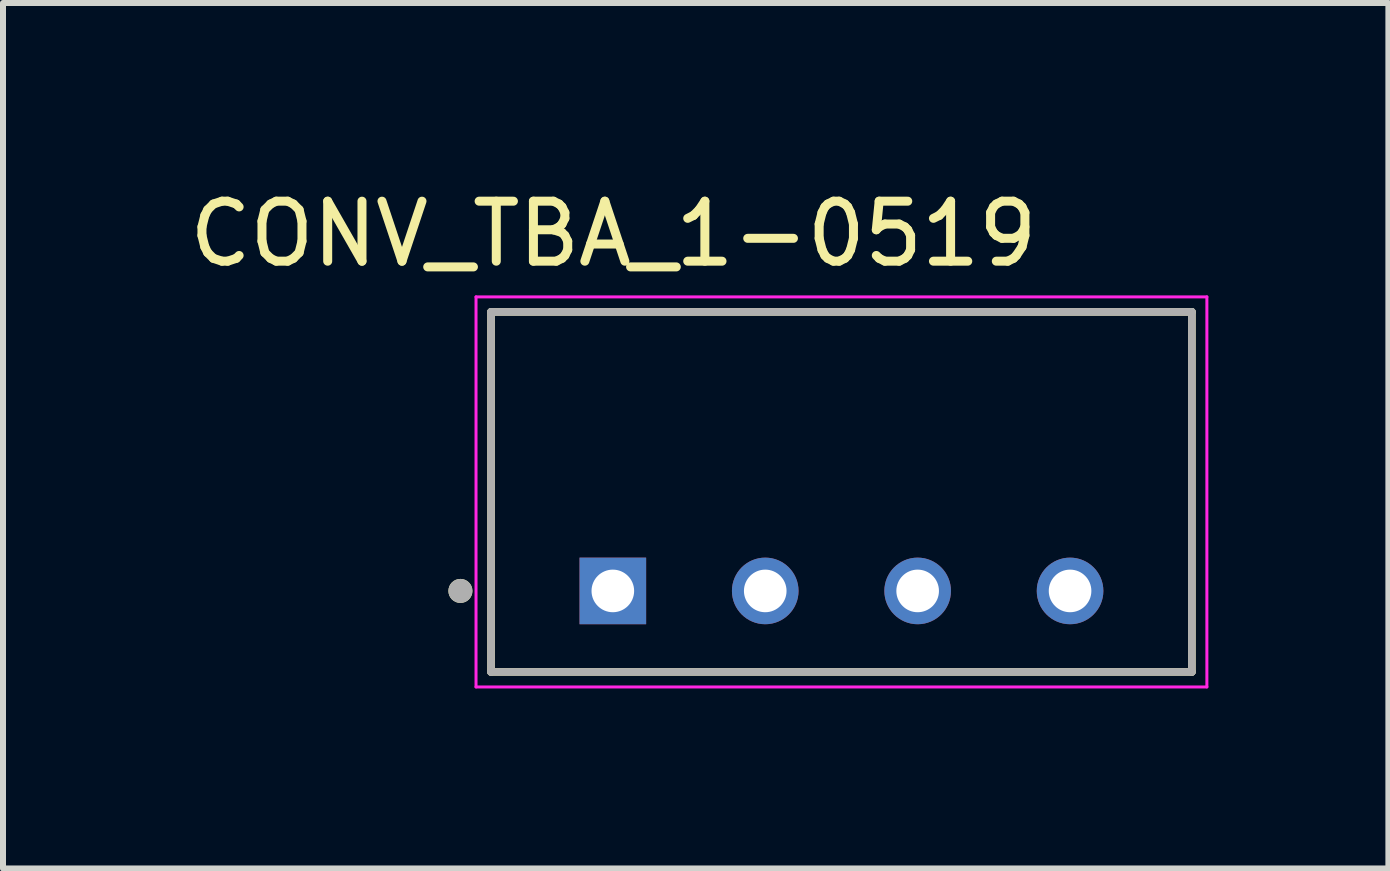
<source format=kicad_pcb>
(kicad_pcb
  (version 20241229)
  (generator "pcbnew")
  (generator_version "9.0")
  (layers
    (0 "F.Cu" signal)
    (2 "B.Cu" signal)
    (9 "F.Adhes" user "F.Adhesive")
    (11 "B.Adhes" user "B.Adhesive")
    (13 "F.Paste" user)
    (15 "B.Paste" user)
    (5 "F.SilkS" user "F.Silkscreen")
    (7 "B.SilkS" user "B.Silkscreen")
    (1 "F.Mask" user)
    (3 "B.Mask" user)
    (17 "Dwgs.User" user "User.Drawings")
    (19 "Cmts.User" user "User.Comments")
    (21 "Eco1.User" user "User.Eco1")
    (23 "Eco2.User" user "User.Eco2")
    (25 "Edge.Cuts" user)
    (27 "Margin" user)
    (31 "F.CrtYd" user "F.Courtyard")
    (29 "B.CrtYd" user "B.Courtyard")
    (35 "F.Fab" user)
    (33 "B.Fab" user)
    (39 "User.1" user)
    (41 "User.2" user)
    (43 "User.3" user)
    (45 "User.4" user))
  (footprint "CONV_TBA_1-0519"
    (layer "F.Cu")
    (at 10.973 5.148)
    (property "Reference" "CONV_TBA_1-0519" (at -3.8 -4.3 0) (layer "F.SilkS") (effects (font (size 1 1) (thickness 0.15))))
    (attr through_hole)
    (fp_line (start -5.84 -3) (end 5.84 -3) (stroke (width 0.127) (type solid)) (layer "F.SilkS"))
    (fp_line (start -5.84 3) (end -5.84 -3) (stroke (width 0.127) (type solid)) (layer "F.SilkS"))
    (fp_line (start 5.84 -3) (end 5.84 3) (stroke (width 0.127) (type solid)) (layer "F.SilkS"))
    (fp_line (start 5.84 3) (end -5.84 3) (stroke (width 0.127) (type solid)) (layer "F.SilkS"))
    (fp_circle (center -6.35 1.65) (end -6.25 1.65) (stroke (width 0.2) (type solid)) (fill no) (layer "F.SilkS"))
    (fp_line (start -6.09 -3.25) (end -6.09 3.25) (stroke (width 0.05) (type solid)) (layer "F.CrtYd"))
    (fp_line (start -6.09 3.25) (end 6.09 3.25) (stroke (width 0.05) (type solid)) (layer "F.CrtYd"))
    (fp_line (start 6.09 -3.25) (end -6.09 -3.25) (stroke (width 0.05) (type solid)) (layer "F.CrtYd"))
    (fp_line (start 6.09 3.25) (end 6.09 -3.25) (stroke (width 0.05) (type solid)) (layer "F.CrtYd"))
    (fp_line (start -5.84 -3) (end 5.84 -3) (stroke (width 0.127) (type solid)) (layer "F.Fab"))
    (fp_line (start -5.84 3) (end -5.84 -3) (stroke (width 0.127) (type solid)) (layer "F.Fab"))
    (fp_line (start 5.84 -3) (end 5.84 3) (stroke (width 0.127) (type solid)) (layer "F.Fab"))
    (fp_line (start 5.84 3) (end -5.84 3) (stroke (width 0.127) (type solid)) (layer "F.Fab"))
    (fp_circle (center -6.35 1.65) (end -6.25 1.65) (stroke (width 0.2) (type solid)) (fill no) (layer "F.Fab"))
    (pad "1" thru_hole rect (at -3.81 1.65) (size 1.11 1.11) (drill 0.71) (layers "*.Cu" "*.Mask"))
    (pad "2" thru_hole circle (at -1.27 1.65) (size 1.11 1.11) (drill 0.71) (layers "*.Cu" "*.Mask"))
    (pad "3" thru_hole circle (at 1.27 1.65) (size 1.11 1.11) (drill 0.71) (layers "*.Cu" "*.Mask"))
    (pad "4" thru_hole circle (at 3.81 1.65) (size 1.11 1.11) (drill 0.71) (layers "*.Cu" "*.Mask")))
  (gr_rect
    (start -3 -3)
    (end 20.088 11.423)
    (stroke (width 0.1) (type default))
    (fill no)
    (layer "Edge.Cuts")))
</source>
